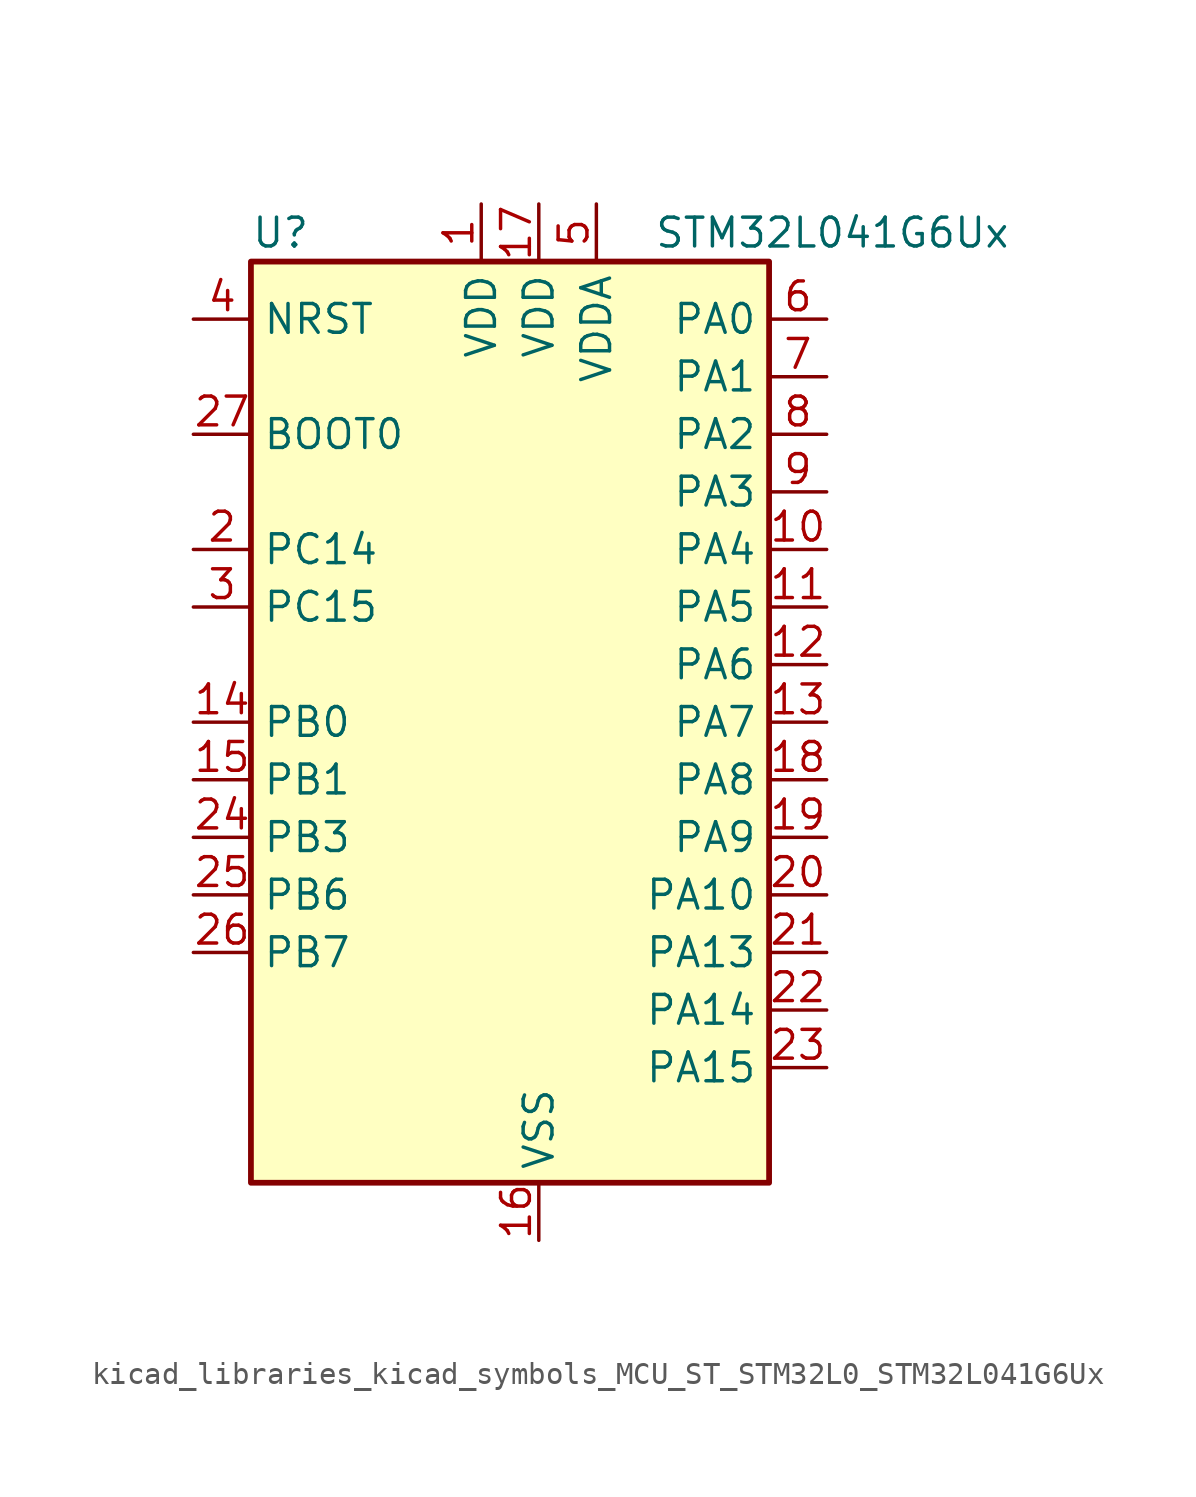
<source format=kicad_sym>
(kicad_symbol_lib
  (version 20220914)
  (generator kicad_symbol_editor)
  (symbol "kicad_libraries_kicad_symbols_MCU_ST_STM32L0_STM32L041G6Ux"
    (property "Reference" "U"
      (at -10.16 21.59 0)
      (effects (font (size 1.27 1.27)) (justify left)))
    (property "Value" "STM32L041G6Ux"
      (at 7.62 21.59 0)
      (effects (font (size 1.27 1.27)) (justify left)))
    (property "ki_locked" ""
      (at 0 0 0)
      (effects (font (size 1.27 1.27))))
    (symbol "kicad_libraries_kicad_symbols_MCU_ST_STM32L0_STM32L041G6Ux_0_1"
      (rectangle (start -10.16 -20.32) (end 12.7 20.32) (stroke (width 0.254) (type default)) (fill (type background))))
    (symbol "kicad_libraries_kicad_symbols_MCU_ST_STM32L0_STM32L041G6Ux_1_1"
      (pin power_in line (at 0 22.86 270) (length 2.54) (name "VDD" (effects (font (size 1.27 1.27)))) (number "1" (effects (font (size 1.27 1.27)))))
      (pin bidirectional line (at 15.24 7.62 180) (length 2.54) (name "PA4" (effects (font (size 1.27 1.27)))) (number "10" (effects (font (size 1.27 1.27)))) (alternate "ADC_IN4" bidirectional line) (alternate "COMP1_INM" bidirectional line) (alternate "COMP2_INM" bidirectional line) (alternate "LPTIM1_IN1" bidirectional line) (alternate "SPI1_NSS" bidirectional line) (alternate "TIM22_ETR" bidirectional line) (alternate "USART2_CK" bidirectional line))
      (pin bidirectional line (at 15.24 5.08 180) (length 2.54) (name "PA5" (effects (font (size 1.27 1.27)))) (number "11" (effects (font (size 1.27 1.27)))) (alternate "ADC_IN5" bidirectional line) (alternate "COMP1_INM" bidirectional line) (alternate "COMP2_INM" bidirectional line) (alternate "LPTIM1_IN2" bidirectional line) (alternate "SPI1_SCK" bidirectional line) (alternate "TIM2_CH1" bidirectional line) (alternate "TIM2_ETR" bidirectional line))
      (pin bidirectional line (at 15.24 2.54 180) (length 2.54) (name "PA6" (effects (font (size 1.27 1.27)))) (number "12" (effects (font (size 1.27 1.27)))) (alternate "ADC_IN6" bidirectional line) (alternate "COMP1_OUT" bidirectional line) (alternate "LPTIM1_ETR" bidirectional line) (alternate "LPUART1_CTS" bidirectional line) (alternate "SPI1_MISO" bidirectional line) (alternate "TIM22_CH1" bidirectional line))
      (pin bidirectional line (at 15.24 0 180) (length 2.54) (name "PA7" (effects (font (size 1.27 1.27)))) (number "13" (effects (font (size 1.27 1.27)))) (alternate "ADC_IN7" bidirectional line) (alternate "COMP2_OUT" bidirectional line) (alternate "LPTIM1_OUT" bidirectional line) (alternate "SPI1_MOSI" bidirectional line) (alternate "TIM22_CH2" bidirectional line) (alternate "USART2_CTS" bidirectional line))
      (pin bidirectional line (at -12.7 0 0) (length 2.54) (name "PB0" (effects (font (size 1.27 1.27)))) (number "14" (effects (font (size 1.27 1.27)))) (alternate "ADC_IN8" bidirectional line) (alternate "SPI1_MISO" bidirectional line) (alternate "SYS_VREF_OUT_PB0" bidirectional line) (alternate "TIM2_CH3" bidirectional line) (alternate "USART2_DE" bidirectional line) (alternate "USART2_RTS" bidirectional line))
      (pin bidirectional line (at -12.7 -2.54 0) (length 2.54) (name "PB1" (effects (font (size 1.27 1.27)))) (number "15" (effects (font (size 1.27 1.27)))) (alternate "ADC_IN9" bidirectional line) (alternate "LPUART1_DE" bidirectional line) (alternate "LPUART1_RTS" bidirectional line) (alternate "SPI1_MOSI" bidirectional line) (alternate "SYS_VREF_OUT_PB1" bidirectional line) (alternate "TIM2_CH4" bidirectional line) (alternate "USART2_CK" bidirectional line))
      (pin power_in line (at 2.54 -22.86 90) (length 2.54) (name "VSS" (effects (font (size 1.27 1.27)))) (number "16" (effects (font (size 1.27 1.27)))))
      (pin power_in line (at 2.54 22.86 270) (length 2.54) (name "VDD" (effects (font (size 1.27 1.27)))) (number "17" (effects (font (size 1.27 1.27)))))
      (pin bidirectional line (at 15.24 -2.54 180) (length 2.54) (name "PA8" (effects (font (size 1.27 1.27)))) (number "18" (effects (font (size 1.27 1.27)))) (alternate "LPTIM1_IN1" bidirectional line) (alternate "RCC_MCO" bidirectional line) (alternate "TIM2_CH1" bidirectional line) (alternate "USART2_CK" bidirectional line))
      (pin bidirectional line (at 15.24 -5.08 180) (length 2.54) (name "PA9" (effects (font (size 1.27 1.27)))) (number "19" (effects (font (size 1.27 1.27)))) (alternate "I2C1_SCL" bidirectional line) (alternate "RCC_MCO" bidirectional line) (alternate "TIM22_CH1" bidirectional line) (alternate "USART2_TX" bidirectional line))
      (pin bidirectional line (at -12.7 7.62 0) (length 2.54) (name "PC14" (effects (font (size 1.27 1.27)))) (number "2" (effects (font (size 1.27 1.27)))) (alternate "RCC_OSC32_IN" bidirectional line))
      (pin bidirectional line (at 15.24 -7.62 180) (length 2.54) (name "PA10" (effects (font (size 1.27 1.27)))) (number "20" (effects (font (size 1.27 1.27)))) (alternate "I2C1_SDA" bidirectional line) (alternate "TIM22_CH2" bidirectional line) (alternate "USART2_RX" bidirectional line))
      (pin bidirectional line (at 15.24 -10.16 180) (length 2.54) (name "PA13" (effects (font (size 1.27 1.27)))) (number "21" (effects (font (size 1.27 1.27)))) (alternate "LPTIM1_ETR" bidirectional line) (alternate "LPUART1_RX" bidirectional line) (alternate "SYS_SWDIO" bidirectional line))
      (pin bidirectional line (at 15.24 -12.7 180) (length 2.54) (name "PA14" (effects (font (size 1.27 1.27)))) (number "22" (effects (font (size 1.27 1.27)))) (alternate "I2C1_SMBA" bidirectional line) (alternate "LPTIM1_OUT" bidirectional line) (alternate "LPUART1_TX" bidirectional line) (alternate "SYS_SWCLK" bidirectional line) (alternate "USART2_TX" bidirectional line))
      (pin bidirectional line (at 15.24 -15.24 180) (length 2.54) (name "PA15" (effects (font (size 1.27 1.27)))) (number "23" (effects (font (size 1.27 1.27)))) (alternate "SPI1_NSS" bidirectional line) (alternate "TIM2_CH1" bidirectional line) (alternate "TIM2_ETR" bidirectional line) (alternate "USART2_RX" bidirectional line))
      (pin bidirectional line (at -12.7 -5.08 0) (length 2.54) (name "PB3" (effects (font (size 1.27 1.27)))) (number "24" (effects (font (size 1.27 1.27)))) (alternate "COMP2_INM" bidirectional line) (alternate "SPI1_SCK" bidirectional line) (alternate "TIM2_CH2" bidirectional line))
      (pin bidirectional line (at -12.7 -7.62 0) (length 2.54) (name "PB6" (effects (font (size 1.27 1.27)))) (number "25" (effects (font (size 1.27 1.27)))) (alternate "COMP2_INP" bidirectional line) (alternate "I2C1_SCL" bidirectional line) (alternate "LPTIM1_ETR" bidirectional line) (alternate "TIM21_CH1" bidirectional line) (alternate "USART2_TX" bidirectional line))
      (pin bidirectional line (at -12.7 -10.16 0) (length 2.54) (name "PB7" (effects (font (size 1.27 1.27)))) (number "26" (effects (font (size 1.27 1.27)))) (alternate "COMP2_INP" bidirectional line) (alternate "I2C1_SDA" bidirectional line) (alternate "LPTIM1_IN2" bidirectional line) (alternate "SYS_PVD_IN" bidirectional line) (alternate "USART2_RX" bidirectional line))
      (pin input line (at -12.7 12.7 0) (length 2.54) (name "BOOT0" (effects (font (size 1.27 1.27)))) (number "27" (effects (font (size 1.27 1.27)))))
      (pin passive line (at 2.54 -22.86 90) (length 2.54) hide (name "VSS" (effects (font (size 1.27 1.27)))) (number "28" (effects (font (size 1.27 1.27)))))
      (pin bidirectional line (at -12.7 5.08 0) (length 2.54) (name "PC15" (effects (font (size 1.27 1.27)))) (number "3" (effects (font (size 1.27 1.27)))) (alternate "RCC_OSC32_OUT" bidirectional line))
      (pin input line (at -12.7 17.78 0) (length 2.54) (name "NRST" (effects (font (size 1.27 1.27)))) (number "4" (effects (font (size 1.27 1.27)))))
      (pin power_in line (at 5.08 22.86 270) (length 2.54) (name "VDDA" (effects (font (size 1.27 1.27)))) (number "5" (effects (font (size 1.27 1.27)))))
      (pin bidirectional line (at 15.24 17.78 180) (length 2.54) (name "PA0" (effects (font (size 1.27 1.27)))) (number "6" (effects (font (size 1.27 1.27)))) (alternate "ADC_IN0" bidirectional line) (alternate "COMP1_INM" bidirectional line) (alternate "COMP1_OUT" bidirectional line) (alternate "LPTIM1_IN1" bidirectional line) (alternate "RCC_CK_IN" bidirectional line) (alternate "RTC_TAMP2" bidirectional line) (alternate "SYS_WKUP1" bidirectional line) (alternate "TIM2_CH1" bidirectional line) (alternate "TIM2_ETR" bidirectional line) (alternate "USART2_CTS" bidirectional line))
      (pin bidirectional line (at 15.24 15.24 180) (length 2.54) (name "PA1" (effects (font (size 1.27 1.27)))) (number "7" (effects (font (size 1.27 1.27)))) (alternate "ADC_IN1" bidirectional line) (alternate "COMP1_INP" bidirectional line) (alternate "I2C1_SMBA" bidirectional line) (alternate "LPTIM1_IN2" bidirectional line) (alternate "TIM21_ETR" bidirectional line) (alternate "TIM2_CH2" bidirectional line) (alternate "USART2_DE" bidirectional line) (alternate "USART2_RTS" bidirectional line))
      (pin bidirectional line (at 15.24 12.7 180) (length 2.54) (name "PA2" (effects (font (size 1.27 1.27)))) (number "8" (effects (font (size 1.27 1.27)))) (alternate "ADC_IN2" bidirectional line) (alternate "COMP2_INM" bidirectional line) (alternate "COMP2_OUT" bidirectional line) (alternate "LPUART1_TX" bidirectional line) (alternate "RTC_OUT_ALARM" bidirectional line) (alternate "RTC_OUT_CALIB" bidirectional line) (alternate "RTC_TAMP3" bidirectional line) (alternate "RTC_TS" bidirectional line) (alternate "SYS_WKUP3" bidirectional line) (alternate "TIM21_CH1" bidirectional line) (alternate "TIM2_CH3" bidirectional line) (alternate "USART2_TX" bidirectional line))
      (pin bidirectional line (at 15.24 10.16 180) (length 2.54) (name "PA3" (effects (font (size 1.27 1.27)))) (number "9" (effects (font (size 1.27 1.27)))) (alternate "ADC_IN3" bidirectional line) (alternate "COMP2_INP" bidirectional line) (alternate "LPUART1_RX" bidirectional line) (alternate "TIM21_CH2" bidirectional line) (alternate "TIM2_CH4" bidirectional line) (alternate "USART2_RX" bidirectional line)))))
</source>
